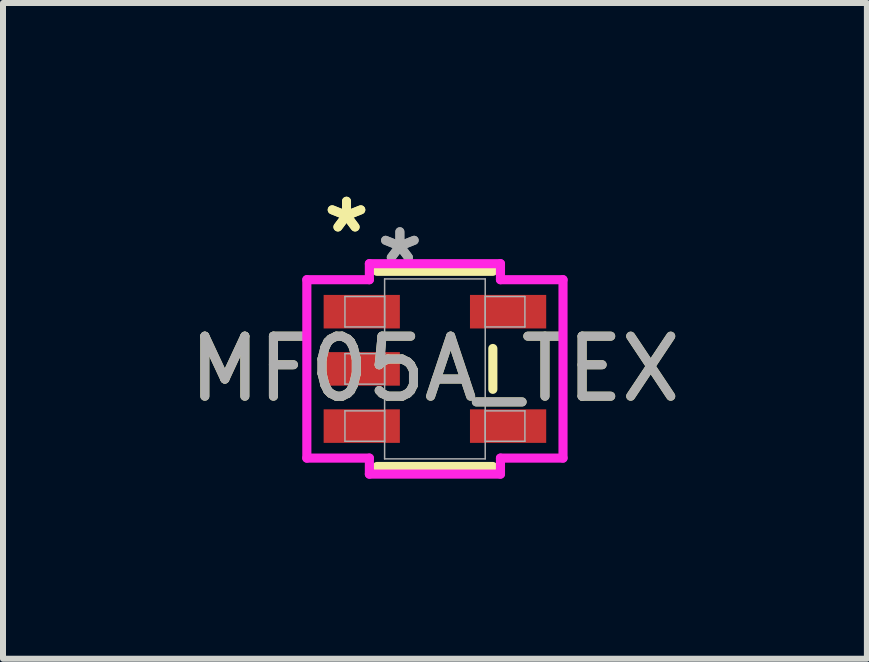
<source format=kicad_pcb>
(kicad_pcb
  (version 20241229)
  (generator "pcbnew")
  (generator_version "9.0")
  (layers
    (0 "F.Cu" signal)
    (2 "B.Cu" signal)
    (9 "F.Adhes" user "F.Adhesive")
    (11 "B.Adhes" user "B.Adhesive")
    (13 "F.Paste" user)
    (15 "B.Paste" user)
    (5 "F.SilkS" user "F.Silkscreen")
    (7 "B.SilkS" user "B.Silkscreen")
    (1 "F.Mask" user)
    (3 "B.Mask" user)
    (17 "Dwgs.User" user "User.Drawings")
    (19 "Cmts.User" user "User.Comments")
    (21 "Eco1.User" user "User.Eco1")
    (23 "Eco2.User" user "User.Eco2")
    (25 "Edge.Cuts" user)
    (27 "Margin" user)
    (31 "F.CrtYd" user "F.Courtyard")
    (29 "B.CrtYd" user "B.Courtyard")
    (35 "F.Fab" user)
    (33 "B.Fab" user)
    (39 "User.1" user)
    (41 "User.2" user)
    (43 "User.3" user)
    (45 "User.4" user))
  (footprint "MF05A_TEX"
    (layer "F.Cu")
    (at 4.196 3.096)
    (property "Reference" "MF05A_TEX" (at 0 0 0) (unlocked yes) (layer "F.SilkS") (effects (font (size 1 1) (thickness 0.15))))
    (attr smd)
    (fp_line (start -0.965 1.626) (end 0.965 1.626) (stroke (width 0.152) (type solid)) (layer "F.SilkS"))
    (fp_line (start 0.965 -1.626) (end -0.965 -1.626) (stroke (width 0.152) (type solid)) (layer "F.SilkS"))
    (fp_line (start 0.965 0.34) (end 0.965 -0.34) (stroke (width 0.152) (type solid)) (layer "F.SilkS"))
    (fp_line (start -2.134 -1.486) (end -1.092 -1.486) (stroke (width 0.152) (type solid)) (layer "F.CrtYd"))
    (fp_line (start -2.134 1.486) (end -2.134 -1.486) (stroke (width 0.152) (type solid)) (layer "F.CrtYd"))
    (fp_line (start -1.092 -1.753) (end 1.092 -1.753) (stroke (width 0.152) (type solid)) (layer "F.CrtYd"))
    (fp_line (start -1.092 -1.486) (end -1.092 -1.753) (stroke (width 0.152) (type solid)) (layer "F.CrtYd"))
    (fp_line (start -1.092 1.486) (end -2.134 1.486) (stroke (width 0.152) (type solid)) (layer "F.CrtYd"))
    (fp_line (start -1.092 1.753) (end -1.092 1.486) (stroke (width 0.152) (type solid)) (layer "F.CrtYd"))
    (fp_line (start 1.092 -1.753) (end 1.092 -1.486) (stroke (width 0.152) (type solid)) (layer "F.CrtYd"))
    (fp_line (start 1.092 -1.486) (end 2.134 -1.486) (stroke (width 0.152) (type solid)) (layer "F.CrtYd"))
    (fp_line (start 1.092 1.486) (end 1.092 1.753) (stroke (width 0.152) (type solid)) (layer "F.CrtYd"))
    (fp_line (start 1.092 1.753) (end -1.092 1.753) (stroke (width 0.152) (type solid)) (layer "F.CrtYd"))
    (fp_line (start 2.134 -1.486) (end 2.134 1.486) (stroke (width 0.152) (type solid)) (layer "F.CrtYd"))
    (fp_line (start 2.134 1.486) (end 1.092 1.486) (stroke (width 0.152) (type solid)) (layer "F.CrtYd"))
    (fp_line (start -1.499 -1.206) (end -1.499 -0.699) (stroke (width 0.025) (type solid)) (layer "F.Fab"))
    (fp_line (start -1.499 -0.699) (end -0.838 -0.699) (stroke (width 0.025) (type solid)) (layer "F.Fab"))
    (fp_line (start -1.499 -0.254) (end -1.499 0.254) (stroke (width 0.025) (type solid)) (layer "F.Fab"))
    (fp_line (start -1.499 0.254) (end -0.838 0.254) (stroke (width 0.025) (type solid)) (layer "F.Fab"))
    (fp_line (start -1.499 0.699) (end -1.499 1.206) (stroke (width 0.025) (type solid)) (layer "F.Fab"))
    (fp_line (start -1.499 1.206) (end -0.838 1.206) (stroke (width 0.025) (type solid)) (layer "F.Fab"))
    (fp_line (start -0.838 -1.499) (end -0.838 1.499) (stroke (width 0.025) (type solid)) (layer "F.Fab"))
    (fp_line (start -0.838 -1.206) (end -1.499 -1.206) (stroke (width 0.025) (type solid)) (layer "F.Fab"))
    (fp_line (start -0.838 -0.699) (end -0.838 -1.206) (stroke (width 0.025) (type solid)) (layer "F.Fab"))
    (fp_line (start -0.838 -0.254) (end -1.499 -0.254) (stroke (width 0.025) (type solid)) (layer "F.Fab"))
    (fp_line (start -0.838 0.254) (end -0.838 -0.254) (stroke (width 0.025) (type solid)) (layer "F.Fab"))
    (fp_line (start -0.838 0.699) (end -1.499 0.699) (stroke (width 0.025) (type solid)) (layer "F.Fab"))
    (fp_line (start -0.838 1.206) (end -0.838 0.699) (stroke (width 0.025) (type solid)) (layer "F.Fab"))
    (fp_line (start -0.838 1.499) (end 0.838 1.499) (stroke (width 0.025) (type solid)) (layer "F.Fab"))
    (fp_line (start 0.838 -1.499) (end -0.838 -1.499) (stroke (width 0.025) (type solid)) (layer "F.Fab"))
    (fp_line (start 0.838 -1.206) (end 0.838 -0.699) (stroke (width 0.025) (type solid)) (layer "F.Fab"))
    (fp_line (start 0.838 -0.699) (end 1.499 -0.699) (stroke (width 0.025) (type solid)) (layer "F.Fab"))
    (fp_line (start 0.838 0.699) (end 0.838 1.206) (stroke (width 0.025) (type solid)) (layer "F.Fab"))
    (fp_line (start 0.838 1.206) (end 1.499 1.206) (stroke (width 0.025) (type solid)) (layer "F.Fab"))
    (fp_line (start 0.838 1.499) (end 0.838 -1.499) (stroke (width 0.025) (type solid)) (layer "F.Fab"))
    (fp_line (start 1.499 -1.206) (end 0.838 -1.206) (stroke (width 0.025) (type solid)) (layer "F.Fab"))
    (fp_line (start 1.499 -0.699) (end 1.499 -1.206) (stroke (width 0.025) (type solid)) (layer "F.Fab"))
    (fp_line (start 1.499 0.699) (end 0.838 0.699) (stroke (width 0.025) (type solid)) (layer "F.Fab"))
    (fp_line (start 1.499 1.206) (end 1.499 0.699) (stroke (width 0.025) (type solid)) (layer "F.Fab"))
    (fp_text user "*" (at -1.473 -2.248 0) (unlocked yes) (layer "F.SilkS") (effects (font (size 1 1) (thickness 0.15))))
    (fp_text user "*" (at -1.473 -2.248 0) (layer "F.SilkS") (effects (font (size 1 1) (thickness 0.15))))
    (fp_text user "${REFERENCE}" (at 0 0 0) (unlocked yes) (layer "F.Fab") (effects (font (size 1 1) (thickness 0.15))))
    (fp_text user "*" (at -0.584 -1.74 0) (unlocked yes) (layer "F.Fab") (effects (font (size 1 1) (thickness 0.15))))
    (fp_text user "*" (at -0.584 -1.74 0) (layer "F.Fab") (effects (font (size 1 1) (thickness 0.15))))
    (pad "1" smd rect (at -1.219 -0.953) (size 1.27 0.559) (layers "F.Cu" "F.Mask" "F.Paste"))
    (pad "2" smd rect (at -1.219 0) (size 1.27 0.559) (layers "F.Cu" "F.Mask" "F.Paste"))
    (pad "3" smd rect (at -1.219 0.953) (size 1.27 0.559) (layers "F.Cu" "F.Mask" "F.Paste"))
    (pad "4" smd rect (at 1.219 0.953) (size 1.27 0.559) (layers "F.Cu" "F.Mask" "F.Paste"))
    (pad "5" smd rect (at 1.219 -0.953) (size 1.27 0.559) (layers "F.Cu" "F.Mask" "F.Paste")))
  (gr_rect
    (start -3 -3)
    (end 11.393 7.925)
    (stroke (width 0.1) (type default))
    (fill no)
    (layer "Edge.Cuts")))
</source>
